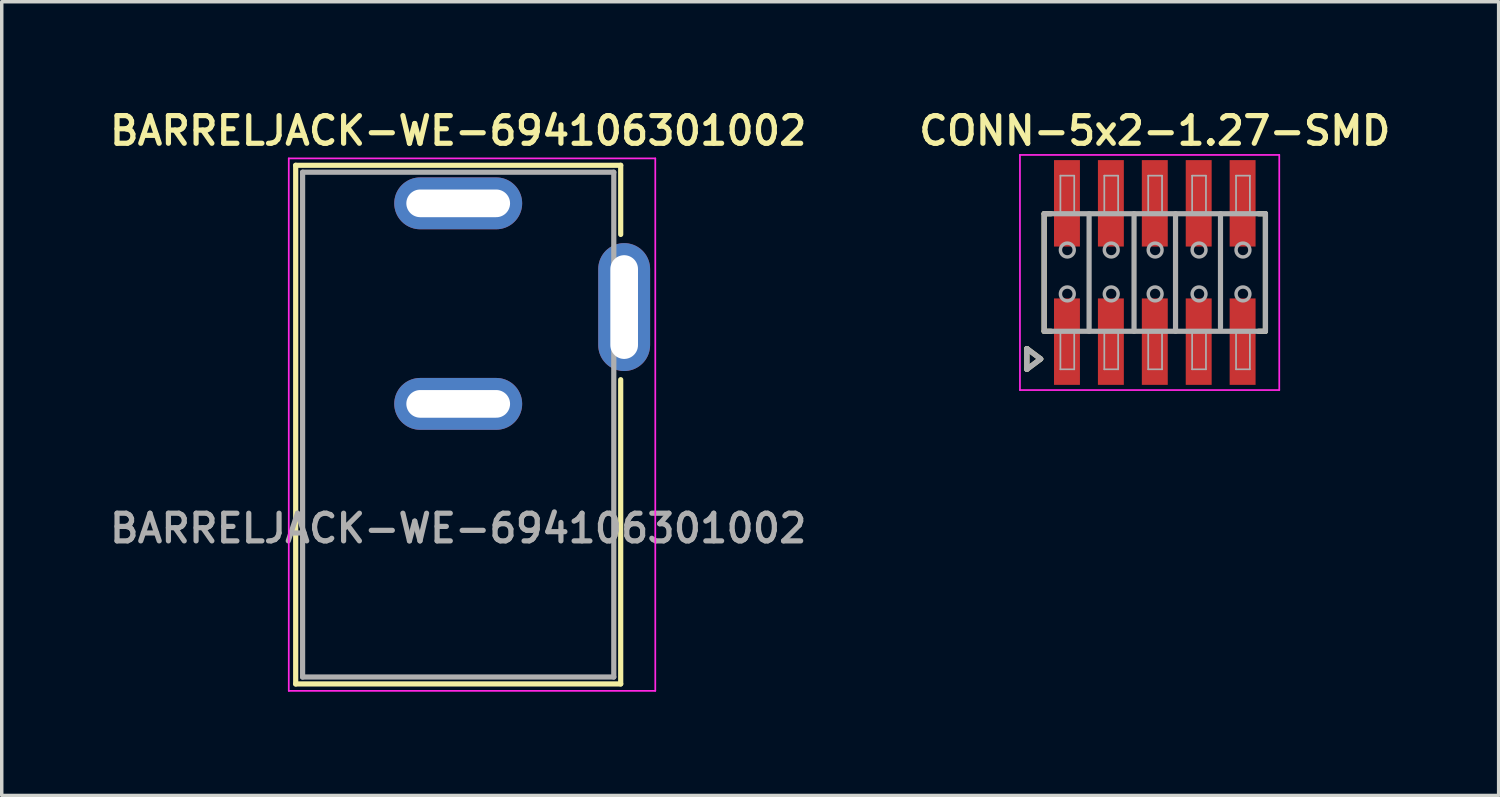
<source format=kicad_pcb>
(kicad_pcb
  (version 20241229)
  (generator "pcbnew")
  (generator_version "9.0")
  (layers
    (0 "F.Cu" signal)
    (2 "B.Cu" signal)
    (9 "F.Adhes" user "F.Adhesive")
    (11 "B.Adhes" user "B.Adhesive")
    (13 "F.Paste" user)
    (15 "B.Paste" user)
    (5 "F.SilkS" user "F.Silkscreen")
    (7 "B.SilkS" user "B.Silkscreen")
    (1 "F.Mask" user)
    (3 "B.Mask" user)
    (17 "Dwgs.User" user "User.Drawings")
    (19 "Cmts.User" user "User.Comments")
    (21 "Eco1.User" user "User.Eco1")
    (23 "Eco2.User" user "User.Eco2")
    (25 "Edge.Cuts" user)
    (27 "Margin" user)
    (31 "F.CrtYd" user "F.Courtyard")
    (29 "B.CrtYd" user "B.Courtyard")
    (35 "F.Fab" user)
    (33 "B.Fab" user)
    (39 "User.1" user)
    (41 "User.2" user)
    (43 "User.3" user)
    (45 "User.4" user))
  (footprint "BARRELJACK-WE-694106301002"
    (layer "F.Cu")
    (at 10.202 9.231)
    (property "Reference" "BARRELJACK-WE-694106301002" (at 0 -8.5 0) (layer "F.SilkS") (effects (font (size 0.8 0.8) (thickness 0.15))))
    (attr through_hole)
    (fp_line (start -4.7 -7.5) (end 4.7 -7.5) (stroke (width 0.15) (type solid)) (layer "F.SilkS"))
    (fp_line (start -4.7 7.5) (end -4.7 -7.5) (stroke (width 0.15) (type solid)) (layer "F.SilkS"))
    (fp_line (start 4.7 -7.5) (end 4.7 -5.5) (stroke (width 0.15) (type solid)) (layer "F.SilkS"))
    (fp_line (start 4.7 -1.3) (end 4.7 7.5) (stroke (width 0.15) (type solid)) (layer "F.SilkS"))
    (fp_line (start 4.7 7.5) (end -4.7 7.5) (stroke (width 0.15) (type solid)) (layer "F.SilkS"))
    (fp_line (start -4.9 -7.7) (end 5.7 -7.7) (stroke (width 0.05) (type solid)) (layer "F.CrtYd"))
    (fp_line (start -4.9 7.7) (end -4.9 -7.7) (stroke (width 0.05) (type solid)) (layer "F.CrtYd"))
    (fp_line (start 5.7 -7.7) (end 5.7 7.7) (stroke (width 0.05) (type solid)) (layer "F.CrtYd"))
    (fp_line (start 5.7 7.7) (end -4.9 7.7) (stroke (width 0.05) (type solid)) (layer "F.CrtYd"))
    (fp_line (start -4.5 -7.3) (end 4.5 -7.3) (stroke (width 0.15) (type solid)) (layer "F.Fab"))
    (fp_line (start -4.5 7.3) (end -4.5 -7.3) (stroke (width 0.15) (type solid)) (layer "F.Fab"))
    (fp_line (start -1.2 -6.65) (end 1.2 -6.65) (stroke (width 0.15) (type solid)) (layer "F.Fab"))
    (fp_line (start -1.2 -6.15) (end -1.2 -6.65) (stroke (width 0.15) (type solid)) (layer "F.Fab"))
    (fp_line (start -1.2 -0.85) (end 1.2 -0.85) (stroke (width 0.15) (type solid)) (layer "F.Fab"))
    (fp_line (start -1.2 -0.35) (end -1.2 -0.85) (stroke (width 0.15) (type solid)) (layer "F.Fab"))
    (fp_line (start 1.2 -6.65) (end 1.2 -6.15) (stroke (width 0.15) (type solid)) (layer "F.Fab"))
    (fp_line (start 1.2 -6.15) (end -1.2 -6.15) (stroke (width 0.15) (type solid)) (layer "F.Fab"))
    (fp_line (start 1.2 -0.85) (end 1.2 -0.35) (stroke (width 0.15) (type solid)) (layer "F.Fab"))
    (fp_line (start 1.2 -0.35) (end -1.2 -0.35) (stroke (width 0.15) (type solid)) (layer "F.Fab"))
    (fp_line (start 4.5 -7.3) (end 4.5 7.3) (stroke (width 0.15) (type solid)) (layer "F.Fab"))
    (fp_line (start 4.5 7.3) (end -4.5 7.3) (stroke (width 0.15) (type solid)) (layer "F.Fab"))
    (fp_line (start 4.542 -4.574) (end 5.042 -4.574) (stroke (width 0.15) (type solid)) (layer "F.Fab"))
    (fp_line (start 4.542 -2.174) (end 4.542 -4.574) (stroke (width 0.15) (type solid)) (layer "F.Fab"))
    (fp_line (start 5.042 -4.574) (end 5.042 -2.174) (stroke (width 0.15) (type solid)) (layer "F.Fab"))
    (fp_line (start 5.042 -2.174) (end 4.542 -2.174) (stroke (width 0.15) (type solid)) (layer "F.Fab"))
    (fp_text user "${REFERENCE}" (at 0 3 0) (layer "F.Fab") (effects (font (size 0.8 0.8) (thickness 0.15))))
    (pad "1" thru_hole oval (at 0 -6.4) (size 3.7 1.5) (drill oval 3 0.8) (layers "*.Cu" "*.Mask"))
    (pad "2" thru_hole oval (at 0 -0.6) (size 3.7 1.5) (drill oval 3 0.8) (layers "*.Cu" "*.Mask"))
    (pad "3" thru_hole oval (at 4.8 -3.4 90) (size 3.7 1.5) (drill oval 3 0.8) (layers "*.Cu" "*.Mask")))
  (footprint "CONN-5x2-1.27-SMD"
    (layer "F.Cu")
    (at 30.349 4.831)
    (property "Reference" "CONN-5x2-1.27-SMD" (at 0 -4.1 0) (layer "F.SilkS") (effects (font (size 0.8 0.8) (thickness 0.15))))
    (attr through_hole)
    (fp_line (start -3.7 2.2) (end -3.7 2.8) (stroke (width 0.15) (type solid)) (layer "F.SilkS"))
    (fp_line (start -3.7 2.8) (end -3.3 2.5) (stroke (width 0.15) (type solid)) (layer "F.SilkS"))
    (fp_line (start -3.3 2.5) (end -3.7 2.2) (stroke (width 0.15) (type solid)) (layer "F.SilkS"))
    (fp_line (start -3.2 -1.7) (end -3 -1.7) (stroke (width 0.15) (type solid)) (layer "F.SilkS"))
    (fp_line (start -3.2 1.7) (end -3.2 -1.7) (stroke (width 0.15) (type solid)) (layer "F.SilkS"))
    (fp_line (start -3 1.7) (end -3.2 1.7) (stroke (width 0.15) (type solid)) (layer "F.SilkS"))
    (fp_line (start 3 -1.7) (end 3.2 -1.7) (stroke (width 0.15) (type solid)) (layer "F.SilkS"))
    (fp_line (start 3.2 -1.7) (end 3.2 1.7) (stroke (width 0.15) (type solid)) (layer "F.SilkS"))
    (fp_line (start 3.2 1.7) (end 3 1.7) (stroke (width 0.15) (type solid)) (layer "F.SilkS"))
    (fp_line (start -3.9 -3.4) (end -3.9 3.4) (stroke (width 0.05) (type solid)) (layer "F.CrtYd"))
    (fp_line (start -3.9 3.4) (end 3.6 3.4) (stroke (width 0.05) (type solid)) (layer "F.CrtYd"))
    (fp_line (start 3.6 -3.4) (end -3.9 -3.4) (stroke (width 0.05) (type solid)) (layer "F.CrtYd"))
    (fp_line (start 3.6 3.4) (end 3.6 -3.4) (stroke (width 0.05) (type solid)) (layer "F.CrtYd"))
    (fp_line (start -3.7 2.2) (end -3.7 2.8) (stroke (width 0.15) (type solid)) (layer "F.Fab"))
    (fp_line (start -3.7 2.8) (end -3.3 2.5) (stroke (width 0.15) (type solid)) (layer "F.Fab"))
    (fp_line (start -3.3 2.5) (end -3.7 2.2) (stroke (width 0.15) (type solid)) (layer "F.Fab"))
    (fp_line (start -3.2 -1.7) (end 3.2 -1.7) (stroke (width 0.15) (type solid)) (layer "F.Fab"))
    (fp_line (start -3.2 1.7) (end -3.2 -1.7) (stroke (width 0.15) (type solid)) (layer "F.Fab"))
    (fp_line (start -2.73 -2.8) (end -2.73 -1.75) (stroke (width 0.05) (type solid)) (layer "F.Fab"))
    (fp_line (start -2.73 -2.8) (end -2.33 -2.8) (stroke (width 0.05) (type solid)) (layer "F.Fab"))
    (fp_line (start -2.73 1.75) (end -2.73 2.8) (stroke (width 0.05) (type solid)) (layer "F.Fab"))
    (fp_line (start -2.73 2.8) (end -2.33 2.8) (stroke (width 0.05) (type solid)) (layer "F.Fab"))
    (fp_line (start -2.33 -2.8) (end -2.33 -1.75) (stroke (width 0.05) (type solid)) (layer "F.Fab"))
    (fp_line (start -2.33 1.75) (end -2.33 2.8) (stroke (width 0.05) (type solid)) (layer "F.Fab"))
    (fp_line (start -1.9 -1.7) (end -1.9 1.7) (stroke (width 0.15) (type solid)) (layer "F.Fab"))
    (fp_line (start -1.46 -2.8) (end -1.46 -1.75) (stroke (width 0.05) (type solid)) (layer "F.Fab"))
    (fp_line (start -1.46 -2.8) (end -1.06 -2.8) (stroke (width 0.05) (type solid)) (layer "F.Fab"))
    (fp_line (start -1.46 1.75) (end -1.46 2.8) (stroke (width 0.05) (type solid)) (layer "F.Fab"))
    (fp_line (start -1.46 2.8) (end -1.06 2.8) (stroke (width 0.05) (type solid)) (layer "F.Fab"))
    (fp_line (start -1.06 -2.8) (end -1.06 -1.75) (stroke (width 0.05) (type solid)) (layer "F.Fab"))
    (fp_line (start -1.06 1.75) (end -1.06 2.8) (stroke (width 0.05) (type solid)) (layer "F.Fab"))
    (fp_line (start -0.6 -1.7) (end -0.6 1.7) (stroke (width 0.15) (type solid)) (layer "F.Fab"))
    (fp_line (start -0.19 -2.8) (end -0.19 -1.75) (stroke (width 0.05) (type solid)) (layer "F.Fab"))
    (fp_line (start -0.19 -2.8) (end 0.21 -2.8) (stroke (width 0.05) (type solid)) (layer "F.Fab"))
    (fp_line (start -0.19 1.75) (end -0.19 2.8) (stroke (width 0.05) (type solid)) (layer "F.Fab"))
    (fp_line (start -0.19 2.8) (end 0.21 2.8) (stroke (width 0.05) (type solid)) (layer "F.Fab"))
    (fp_line (start 0.21 -2.8) (end 0.21 -1.75) (stroke (width 0.05) (type solid)) (layer "F.Fab"))
    (fp_line (start 0.21 1.75) (end 0.21 2.8) (stroke (width 0.05) (type solid)) (layer "F.Fab"))
    (fp_line (start 0.6 -1.7) (end 0.6 1.7) (stroke (width 0.15) (type solid)) (layer "F.Fab"))
    (fp_line (start 1.08 -2.8) (end 1.08 -1.75) (stroke (width 0.05) (type solid)) (layer "F.Fab"))
    (fp_line (start 1.08 -2.8) (end 1.48 -2.8) (stroke (width 0.05) (type solid)) (layer "F.Fab"))
    (fp_line (start 1.08 1.75) (end 1.08 2.8) (stroke (width 0.05) (type solid)) (layer "F.Fab"))
    (fp_line (start 1.08 2.8) (end 1.48 2.8) (stroke (width 0.05) (type solid)) (layer "F.Fab"))
    (fp_line (start 1.48 -2.8) (end 1.48 -1.75) (stroke (width 0.05) (type solid)) (layer "F.Fab"))
    (fp_line (start 1.48 1.75) (end 1.48 2.8) (stroke (width 0.05) (type solid)) (layer "F.Fab"))
    (fp_line (start 1.9 -1.7) (end 1.9 1.6) (stroke (width 0.15) (type solid)) (layer "F.Fab"))
    (fp_line (start 2.35 -2.8) (end 2.35 -1.75) (stroke (width 0.05) (type solid)) (layer "F.Fab"))
    (fp_line (start 2.35 -2.8) (end 2.75 -2.8) (stroke (width 0.05) (type solid)) (layer "F.Fab"))
    (fp_line (start 2.35 1.75) (end 2.35 2.8) (stroke (width 0.05) (type solid)) (layer "F.Fab"))
    (fp_line (start 2.35 2.8) (end 2.75 2.8) (stroke (width 0.05) (type solid)) (layer "F.Fab"))
    (fp_line (start 2.75 -2.8) (end 2.75 -1.75) (stroke (width 0.05) (type solid)) (layer "F.Fab"))
    (fp_line (start 2.75 1.75) (end 2.75 2.8) (stroke (width 0.05) (type solid)) (layer "F.Fab"))
    (fp_line (start 3.2 -1.7) (end 3.2 1.7) (stroke (width 0.15) (type solid)) (layer "F.Fab"))
    (fp_line (start 3.2 1.7) (end -3.2 1.7) (stroke (width 0.15) (type solid)) (layer "F.Fab"))
    (fp_circle (center -2.53 -0.65) (end -2.33 -0.65) (stroke (width 0.1) (type solid)) (fill no) (layer "F.Fab"))
    (fp_circle (center -2.53 0.62) (end -2.33 0.62) (stroke (width 0.1) (type solid)) (fill no) (layer "F.Fab"))
    (fp_circle (center -1.26 -0.65) (end -1.06 -0.65) (stroke (width 0.1) (type solid)) (fill no) (layer "F.Fab"))
    (fp_circle (center -1.26 0.62) (end -1.06 0.62) (stroke (width 0.1) (type solid)) (fill no) (layer "F.Fab"))
    (fp_circle (center 0.01 -0.65) (end 0.21 -0.65) (stroke (width 0.1) (type solid)) (fill no) (layer "F.Fab"))
    (fp_circle (center 0.01 0.62) (end 0.21 0.62) (stroke (width 0.1) (type solid)) (fill no) (layer "F.Fab"))
    (fp_circle (center 1.28 -0.65) (end 1.48 -0.65) (stroke (width 0.1) (type solid)) (fill no) (layer "F.Fab"))
    (fp_circle (center 1.28 0.62) (end 1.48 0.62) (stroke (width 0.1) (type solid)) (fill no) (layer "F.Fab"))
    (fp_circle (center 2.55 -0.65) (end 2.75 -0.65) (stroke (width 0.1) (type solid)) (fill no) (layer "F.Fab"))
    (fp_circle (center 2.55 0.62) (end 2.75 0.62) (stroke (width 0.1) (type solid)) (fill no) (layer "F.Fab"))
    (pad "1" smd rect (at -2.54 2) (size 0.75 2.5) (layers "F.Cu" "F.Mask" "F.Paste"))
    (pad "2" smd rect (at -2.54 -2) (size 0.75 2.5) (layers "F.Cu" "F.Mask" "F.Paste"))
    (pad "3" smd rect (at -1.27 2) (size 0.75 2.5) (layers "F.Cu" "F.Mask" "F.Paste"))
    (pad "4" smd rect (at -1.27 -2) (size 0.75 2.5) (layers "F.Cu" "F.Mask" "F.Paste"))
    (pad "5" smd rect (at 0 2) (size 0.75 2.5) (layers "F.Cu" "F.Mask" "F.Paste"))
    (pad "6" smd rect (at 0 -2) (size 0.75 2.5) (layers "F.Cu" "F.Mask" "F.Paste"))
    (pad "7" smd rect (at 1.27 2) (size 0.75 2.5) (layers "F.Cu" "F.Mask" "F.Paste"))
    (pad "8" smd rect (at 1.27 -2) (size 0.75 2.5) (layers "F.Cu" "F.Mask" "F.Paste"))
    (pad "9" smd rect (at 2.54 2) (size 0.75 2.5) (layers "F.Cu" "F.Mask" "F.Paste"))
    (pad "10" smd rect (at 2.54 -2) (size 0.75 2.5) (layers "F.Cu" "F.Mask" "F.Paste")))
  (gr_rect
    (start -3 -3)
    (end 40.294 19.956)
    (stroke (width 0.1) (type default))
    (fill no)
    (layer "Edge.Cuts")))
</source>
